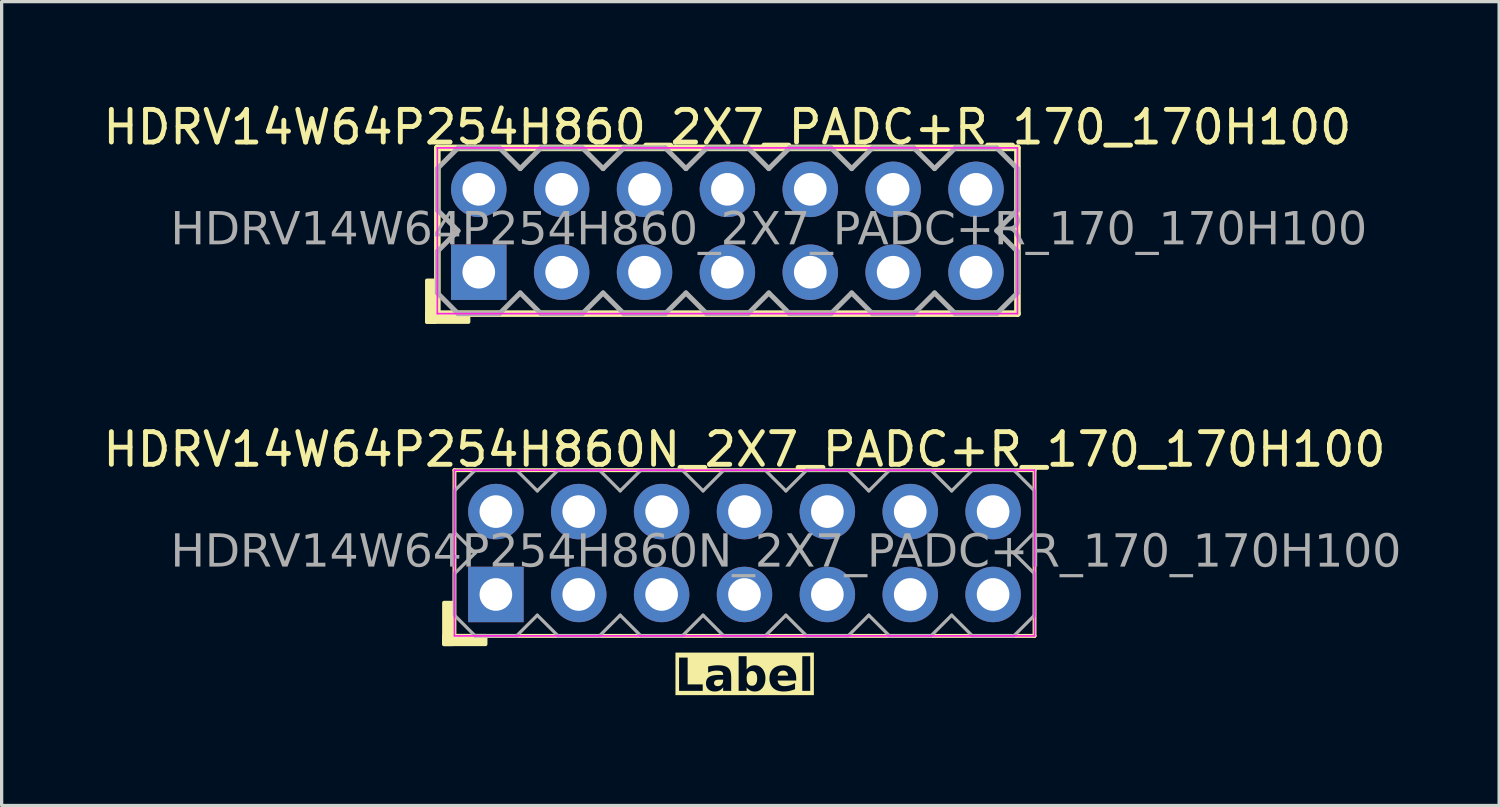
<source format=kicad_pcb>
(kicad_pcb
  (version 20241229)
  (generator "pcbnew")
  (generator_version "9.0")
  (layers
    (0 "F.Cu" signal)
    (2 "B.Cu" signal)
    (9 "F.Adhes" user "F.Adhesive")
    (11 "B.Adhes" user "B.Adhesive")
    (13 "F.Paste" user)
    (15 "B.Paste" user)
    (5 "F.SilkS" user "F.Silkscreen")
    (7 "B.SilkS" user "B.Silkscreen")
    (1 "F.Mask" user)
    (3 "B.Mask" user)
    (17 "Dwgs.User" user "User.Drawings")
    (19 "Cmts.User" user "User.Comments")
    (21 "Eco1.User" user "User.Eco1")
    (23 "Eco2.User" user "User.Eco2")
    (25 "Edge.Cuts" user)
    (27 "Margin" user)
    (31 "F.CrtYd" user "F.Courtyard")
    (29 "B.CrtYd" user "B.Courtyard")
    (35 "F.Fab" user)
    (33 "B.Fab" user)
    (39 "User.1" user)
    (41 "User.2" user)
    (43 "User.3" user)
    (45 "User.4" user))
  (footprint "HDRV14W64P254H860_2X7_PADC+R_170_170H100"
    (layer "F.Cu")
    (at 19.244 4.023)
    (property "Reference" "HDRV14W64P254H860_2X7_PADC+R_170_170H100" (at 0 -3.175 0) (layer "F.SilkS") (effects (font (size 1 1) (thickness 0.15))))
    (attr through_hole)
    (fp_line (start -8.89 2.54) (end -8.89 -2.54) (stroke (width 0.203) (type solid)) (layer "F.SilkS"))
    (fp_line (start 8.89 -2.54) (end -8.89 -2.54) (stroke (width 0.203) (type solid)) (layer "F.SilkS"))
    (fp_line (start 8.89 2.54) (end -8.89 2.54) (stroke (width 0.203) (type solid)) (layer "F.SilkS"))
    (fp_line (start 8.89 2.54) (end 8.89 -2.54) (stroke (width 0.203) (type solid)) (layer "F.SilkS"))
    (fp_rect (start -9.207 1.524) (end -8.954 2.794) (stroke (width 0.12) (type solid)) (fill yes) (layer "F.SilkS"))
    (fp_rect (start -9.207 2.54) (end -7.938 2.794) (stroke (width 0.12) (type solid)) (fill yes) (layer "F.SilkS"))
    (fp_line (start -8.89 2.54) (end -8.89 -2.54) (stroke (width 0.05) (type solid)) (layer "F.CrtYd"))
    (fp_line (start 8.89 -2.54) (end -8.89 -2.54) (stroke (width 0.05) (type solid)) (layer "F.CrtYd"))
    (fp_line (start 8.89 2.54) (end -8.89 2.54) (stroke (width 0.05) (type solid)) (layer "F.CrtYd"))
    (fp_line (start 8.89 2.54) (end 8.89 -2.54) (stroke (width 0.05) (type solid)) (layer "F.CrtYd"))
    (fp_line (start -8.89 -1.905) (end -8.89 -0.635) (stroke (width 0.152) (type solid)) (layer "F.Fab"))
    (fp_line (start -8.89 -1.905) (end -8.255 -2.54) (stroke (width 0.152) (type solid)) (layer "F.Fab"))
    (fp_line (start -8.89 0.635) (end -8.255 0) (stroke (width 0.152) (type solid)) (layer "F.Fab"))
    (fp_line (start -8.89 1.905) (end -8.89 0.635) (stroke (width 0.152) (type solid)) (layer "F.Fab"))
    (fp_line (start -8.255 -2.54) (end -6.985 -2.54) (stroke (width 0.152) (type solid)) (layer "F.Fab"))
    (fp_line (start -8.255 0) (end -8.89 -0.635) (stroke (width 0.152) (type solid)) (layer "F.Fab"))
    (fp_line (start -8.255 2.54) (end -8.89 1.905) (stroke (width 0.152) (type solid)) (layer "F.Fab"))
    (fp_line (start -6.985 -2.54) (end -6.35 -1.905) (stroke (width 0.152) (type solid)) (layer "F.Fab"))
    (fp_line (start -6.985 2.54) (end -8.255 2.54) (stroke (width 0.152) (type solid)) (layer "F.Fab"))
    (fp_line (start -6.35 -1.905) (end -5.715 -2.54) (stroke (width 0.152) (type solid)) (layer "F.Fab"))
    (fp_line (start -6.35 1.905) (end -6.985 2.54) (stroke (width 0.152) (type solid)) (layer "F.Fab"))
    (fp_line (start -5.715 -2.54) (end -4.445 -2.54) (stroke (width 0.152) (type solid)) (layer "F.Fab"))
    (fp_line (start -5.715 2.54) (end -6.35 1.905) (stroke (width 0.152) (type solid)) (layer "F.Fab"))
    (fp_line (start -4.445 -2.54) (end -3.81 -1.905) (stroke (width 0.152) (type solid)) (layer "F.Fab"))
    (fp_line (start -4.445 2.54) (end -5.715 2.54) (stroke (width 0.152) (type solid)) (layer "F.Fab"))
    (fp_line (start -3.81 -1.905) (end -3.175 -2.54) (stroke (width 0.152) (type solid)) (layer "F.Fab"))
    (fp_line (start -3.81 1.905) (end -4.445 2.54) (stroke (width 0.152) (type solid)) (layer "F.Fab"))
    (fp_line (start -3.175 -2.54) (end -1.905 -2.54) (stroke (width 0.152) (type solid)) (layer "F.Fab"))
    (fp_line (start -3.175 2.54) (end -3.81 1.905) (stroke (width 0.152) (type solid)) (layer "F.Fab"))
    (fp_line (start -1.905 -2.54) (end -1.27 -1.905) (stroke (width 0.152) (type solid)) (layer "F.Fab"))
    (fp_line (start -1.905 2.54) (end -3.175 2.54) (stroke (width 0.152) (type solid)) (layer "F.Fab"))
    (fp_line (start -1.27 -1.905) (end -0.635 -2.54) (stroke (width 0.152) (type solid)) (layer "F.Fab"))
    (fp_line (start -1.27 1.905) (end -1.905 2.54) (stroke (width 0.152) (type solid)) (layer "F.Fab"))
    (fp_line (start -0.635 -2.54) (end 0.635 -2.54) (stroke (width 0.152) (type solid)) (layer "F.Fab"))
    (fp_line (start -0.635 2.54) (end -1.27 1.905) (stroke (width 0.152) (type solid)) (layer "F.Fab"))
    (fp_line (start 0.635 -2.54) (end 1.27 -1.905) (stroke (width 0.152) (type solid)) (layer "F.Fab"))
    (fp_line (start 0.635 2.54) (end -0.635 2.54) (stroke (width 0.152) (type solid)) (layer "F.Fab"))
    (fp_line (start 1.27 -1.905) (end 1.905 -2.54) (stroke (width 0.152) (type solid)) (layer "F.Fab"))
    (fp_line (start 1.27 1.905) (end 0.635 2.54) (stroke (width 0.152) (type solid)) (layer "F.Fab"))
    (fp_line (start 1.905 -2.54) (end 3.175 -2.54) (stroke (width 0.152) (type solid)) (layer "F.Fab"))
    (fp_line (start 1.905 2.54) (end 1.27 1.905) (stroke (width 0.152) (type solid)) (layer "F.Fab"))
    (fp_line (start 3.175 -2.54) (end 3.81 -1.905) (stroke (width 0.152) (type solid)) (layer "F.Fab"))
    (fp_line (start 3.175 2.54) (end 1.905 2.54) (stroke (width 0.152) (type solid)) (layer "F.Fab"))
    (fp_line (start 3.81 -1.905) (end 4.445 -2.54) (stroke (width 0.152) (type solid)) (layer "F.Fab"))
    (fp_line (start 3.81 1.905) (end 3.175 2.54) (stroke (width 0.152) (type solid)) (layer "F.Fab"))
    (fp_line (start 4.445 -2.54) (end 5.715 -2.54) (stroke (width 0.152) (type solid)) (layer "F.Fab"))
    (fp_line (start 4.445 2.54) (end 3.81 1.905) (stroke (width 0.152) (type solid)) (layer "F.Fab"))
    (fp_line (start 5.715 -2.54) (end 6.35 -1.905) (stroke (width 0.152) (type solid)) (layer "F.Fab"))
    (fp_line (start 5.715 2.54) (end 4.445 2.54) (stroke (width 0.152) (type solid)) (layer "F.Fab"))
    (fp_line (start 6.35 -1.905) (end 6.985 -2.54) (stroke (width 0.152) (type solid)) (layer "F.Fab"))
    (fp_line (start 6.35 1.905) (end 5.715 2.54) (stroke (width 0.152) (type solid)) (layer "F.Fab"))
    (fp_line (start 6.985 -2.54) (end 8.255 -2.54) (stroke (width 0.152) (type solid)) (layer "F.Fab"))
    (fp_line (start 6.985 2.54) (end 6.35 1.905) (stroke (width 0.152) (type solid)) (layer "F.Fab"))
    (fp_line (start 8.255 -2.54) (end 8.89 -1.905) (stroke (width 0.152) (type solid)) (layer "F.Fab"))
    (fp_line (start 8.255 0) (end 8.89 0.635) (stroke (width 0.152) (type solid)) (layer "F.Fab"))
    (fp_line (start 8.255 2.54) (end 6.985 2.54) (stroke (width 0.152) (type solid)) (layer "F.Fab"))
    (fp_line (start 8.89 -1.905) (end 8.89 -0.635) (stroke (width 0.152) (type solid)) (layer "F.Fab"))
    (fp_line (start 8.89 -0.635) (end 8.255 0) (stroke (width 0.152) (type solid)) (layer "F.Fab"))
    (fp_line (start 8.89 0.635) (end 8.89 1.905) (stroke (width 0.152) (type solid)) (layer "F.Fab"))
    (fp_line (start 8.89 1.905) (end 8.255 2.54) (stroke (width 0.152) (type solid)) (layer "F.Fab"))
    (fp_rect (start -7.366 -1.524) (end -7.874 -1.016) (stroke (width 0.152) (type solid)) (fill no) (layer "F.Fab"))
    (fp_rect (start -7.366 1.016) (end -7.874 1.524) (stroke (width 0.152) (type solid)) (fill no) (layer "F.Fab"))
    (fp_rect (start -4.826 -1.524) (end -5.334 -1.016) (stroke (width 0.152) (type solid)) (fill no) (layer "F.Fab"))
    (fp_rect (start -4.826 1.016) (end -5.334 1.524) (stroke (width 0.152) (type solid)) (fill no) (layer "F.Fab"))
    (fp_rect (start -2.286 -1.524) (end -2.794 -1.016) (stroke (width 0.152) (type solid)) (fill no) (layer "F.Fab"))
    (fp_rect (start -2.286 1.016) (end -2.794 1.524) (stroke (width 0.152) (type solid)) (fill no) (layer "F.Fab"))
    (fp_rect (start 0.254 -1.524) (end -0.254 -1.016) (stroke (width 0.152) (type solid)) (fill no) (layer "F.Fab"))
    (fp_rect (start 0.254 1.016) (end -0.254 1.524) (stroke (width 0.152) (type solid)) (fill no) (layer "F.Fab"))
    (fp_rect (start 2.794 -1.524) (end 2.286 -1.016) (stroke (width 0.152) (type solid)) (fill no) (layer "F.Fab"))
    (fp_rect (start 2.794 1.016) (end 2.286 1.524) (stroke (width 0.152) (type solid)) (fill no) (layer "F.Fab"))
    (fp_rect (start 5.334 -1.524) (end 4.826 -1.016) (stroke (width 0.152) (type solid)) (fill no) (layer "F.Fab"))
    (fp_rect (start 5.334 1.016) (end 4.826 1.524) (stroke (width 0.152) (type solid)) (fill no) (layer "F.Fab"))
    (fp_rect (start 7.874 -1.524) (end 7.366 -1.016) (stroke (width 0.152) (type solid)) (fill no) (layer "F.Fab"))
    (fp_rect (start 7.874 1.016) (end 7.366 1.524) (stroke (width 0.152) (type solid)) (fill no) (layer "F.Fab"))
    (fp_text user "${REFERENCE}" (at 1.27 0 0) (layer "F.Fab") (effects (font (face "Tahoma") (size 1 1) (thickness 0.15))))
    (pad "1" thru_hole rect (at -7.62 1.27) (size 1.7 1.7) (drill 1) (layers "*.Cu" "*.Mask"))
    (pad "2" thru_hole circle (at -7.62 -1.27) (size 1.7 1.7) (drill 1) (layers "*.Cu" "*.Mask"))
    (pad "3" thru_hole circle (at -5.08 1.27) (size 1.7 1.7) (drill 1) (layers "*.Cu" "*.Mask"))
    (pad "4" thru_hole circle (at -5.08 -1.27) (size 1.7 1.7) (drill 1) (layers "*.Cu" "*.Mask"))
    (pad "5" thru_hole circle (at -2.54 1.27) (size 1.7 1.7) (drill 1) (layers "*.Cu" "*.Mask"))
    (pad "6" thru_hole circle (at -2.54 -1.27) (size 1.7 1.7) (drill 1) (layers "*.Cu" "*.Mask"))
    (pad "7" thru_hole circle (at 0 1.27) (size 1.7 1.7) (drill 1) (layers "*.Cu" "*.Mask"))
    (pad "8" thru_hole circle (at 0 -1.27) (size 1.7 1.7) (drill 1) (layers "*.Cu" "*.Mask"))
    (pad "9" thru_hole circle (at 2.54 1.27) (size 1.7 1.7) (drill 1) (layers "*.Cu" "*.Mask"))
    (pad "10" thru_hole circle (at 2.54 -1.27) (size 1.7 1.7) (drill 1) (layers "*.Cu" "*.Mask"))
    (pad "11" thru_hole circle (at 5.08 1.27) (size 1.7 1.7) (drill 1) (layers "*.Cu" "*.Mask"))
    (pad "12" thru_hole circle (at 5.08 -1.27) (size 1.7 1.7) (drill 1) (layers "*.Cu" "*.Mask"))
    (pad "13" thru_hole circle (at 7.62 1.27) (size 1.7 1.7) (drill 1) (layers "*.Cu" "*.Mask"))
    (pad "14" thru_hole circle (at 7.62 -1.27) (size 1.7 1.7) (drill 1) (layers "*.Cu" "*.Mask")))
  (footprint "HDRV14W64P254H860N_2X7_PADC+R_170_170H100"
    (layer "F.Cu")
    (at 19.768 13.9)
    (property "Reference" "HDRV14W64P254H860N_2X7_PADC+R_170_170H100" (at 0 -3.175 0) (layer "F.SilkS") (effects (font (size 1 1) (thickness 0.15))))
    (property "Label" "Label" (at 0 3.81 0) (layer "F.SilkS" knockout) (effects (font (face "Tahoma") (size 1 1) (thickness 0.2) (bold yes))))
    (attr through_hole)
    (fp_line (start -8.89 2.54) (end -8.89 -2.54) (stroke (width 0.12) (type solid)) (layer "F.SilkS"))
    (fp_line (start 8.89 -2.54) (end -8.89 -2.54) (stroke (width 0.12) (type solid)) (layer "F.SilkS"))
    (fp_line (start 8.89 2.54) (end -8.89 2.54) (stroke (width 0.12) (type solid)) (layer "F.SilkS"))
    (fp_line (start 8.89 2.54) (end 8.89 -2.54) (stroke (width 0.12) (type solid)) (layer "F.SilkS"))
    (fp_rect (start -9.207 1.524) (end -8.954 2.794) (stroke (width 0.12) (type solid)) (fill yes) (layer "F.SilkS"))
    (fp_rect (start -9.207 2.54) (end -7.938 2.794) (stroke (width 0.12) (type solid)) (fill yes) (layer "F.SilkS"))
    (fp_line (start -8.89 2.54) (end -8.89 -2.54) (stroke (width 0.05) (type solid)) (layer "F.CrtYd"))
    (fp_line (start 8.89 -2.54) (end -8.89 -2.54) (stroke (width 0.05) (type solid)) (layer "F.CrtYd"))
    (fp_line (start 8.89 2.54) (end -8.89 2.54) (stroke (width 0.05) (type solid)) (layer "F.CrtYd"))
    (fp_line (start 8.89 2.54) (end 8.89 -2.54) (stroke (width 0.05) (type solid)) (layer "F.CrtYd"))
    (fp_line (start -8.89 -1.905) (end -8.89 -0.635) (stroke (width 0.1) (type solid)) (layer "F.Fab"))
    (fp_line (start -8.89 -1.905) (end -8.255 -2.54) (stroke (width 0.1) (type solid)) (layer "F.Fab"))
    (fp_line (start -8.89 0.635) (end -8.255 0) (stroke (width 0.1) (type solid)) (layer "F.Fab"))
    (fp_line (start -8.89 1.905) (end -8.89 0.635) (stroke (width 0.1) (type solid)) (layer "F.Fab"))
    (fp_line (start -8.255 -2.54) (end -6.985 -2.54) (stroke (width 0.1) (type solid)) (layer "F.Fab"))
    (fp_line (start -8.255 0) (end -8.89 -0.635) (stroke (width 0.1) (type solid)) (layer "F.Fab"))
    (fp_line (start -8.255 2.54) (end -8.89 1.905) (stroke (width 0.1) (type solid)) (layer "F.Fab"))
    (fp_line (start -6.985 -2.54) (end -6.35 -1.905) (stroke (width 0.1) (type solid)) (layer "F.Fab"))
    (fp_line (start -6.985 2.54) (end -8.255 2.54) (stroke (width 0.1) (type solid)) (layer "F.Fab"))
    (fp_line (start -6.35 -1.905) (end -5.715 -2.54) (stroke (width 0.1) (type solid)) (layer "F.Fab"))
    (fp_line (start -6.35 1.905) (end -6.985 2.54) (stroke (width 0.1) (type solid)) (layer "F.Fab"))
    (fp_line (start -5.715 -2.54) (end -4.445 -2.54) (stroke (width 0.1) (type solid)) (layer "F.Fab"))
    (fp_line (start -5.715 2.54) (end -6.35 1.905) (stroke (width 0.1) (type solid)) (layer "F.Fab"))
    (fp_line (start -4.445 -2.54) (end -3.81 -1.905) (stroke (width 0.1) (type solid)) (layer "F.Fab"))
    (fp_line (start -4.445 2.54) (end -5.715 2.54) (stroke (width 0.1) (type solid)) (layer "F.Fab"))
    (fp_line (start -3.81 -1.905) (end -3.175 -2.54) (stroke (width 0.1) (type solid)) (layer "F.Fab"))
    (fp_line (start -3.81 1.905) (end -4.445 2.54) (stroke (width 0.1) (type solid)) (layer "F.Fab"))
    (fp_line (start -3.175 -2.54) (end -1.905 -2.54) (stroke (width 0.1) (type solid)) (layer "F.Fab"))
    (fp_line (start -3.175 2.54) (end -3.81 1.905) (stroke (width 0.1) (type solid)) (layer "F.Fab"))
    (fp_line (start -1.905 -2.54) (end -1.27 -1.905) (stroke (width 0.1) (type solid)) (layer "F.Fab"))
    (fp_line (start -1.905 2.54) (end -3.175 2.54) (stroke (width 0.1) (type solid)) (layer "F.Fab"))
    (fp_line (start -1.27 -1.905) (end -0.635 -2.54) (stroke (width 0.1) (type solid)) (layer "F.Fab"))
    (fp_line (start -1.27 1.905) (end -1.905 2.54) (stroke (width 0.1) (type solid)) (layer "F.Fab"))
    (fp_line (start -0.635 -2.54) (end 0.635 -2.54) (stroke (width 0.1) (type solid)) (layer "F.Fab"))
    (fp_line (start -0.635 2.54) (end -1.27 1.905) (stroke (width 0.1) (type solid)) (layer "F.Fab"))
    (fp_line (start 0.635 -2.54) (end 1.27 -1.905) (stroke (width 0.1) (type solid)) (layer "F.Fab"))
    (fp_line (start 0.635 2.54) (end -0.635 2.54) (stroke (width 0.1) (type solid)) (layer "F.Fab"))
    (fp_line (start 1.27 -1.905) (end 1.905 -2.54) (stroke (width 0.1) (type solid)) (layer "F.Fab"))
    (fp_line (start 1.27 1.905) (end 0.635 2.54) (stroke (width 0.1) (type solid)) (layer "F.Fab"))
    (fp_line (start 1.905 -2.54) (end 3.175 -2.54) (stroke (width 0.1) (type solid)) (layer "F.Fab"))
    (fp_line (start 1.905 2.54) (end 1.27 1.905) (stroke (width 0.1) (type solid)) (layer "F.Fab"))
    (fp_line (start 3.175 -2.54) (end 3.81 -1.905) (stroke (width 0.1) (type solid)) (layer "F.Fab"))
    (fp_line (start 3.175 2.54) (end 1.905 2.54) (stroke (width 0.1) (type solid)) (layer "F.Fab"))
    (fp_line (start 3.81 -1.905) (end 4.445 -2.54) (stroke (width 0.1) (type solid)) (layer "F.Fab"))
    (fp_line (start 3.81 1.905) (end 3.175 2.54) (stroke (width 0.1) (type solid)) (layer "F.Fab"))
    (fp_line (start 4.445 -2.54) (end 5.715 -2.54) (stroke (width 0.1) (type solid)) (layer "F.Fab"))
    (fp_line (start 4.445 2.54) (end 3.81 1.905) (stroke (width 0.1) (type solid)) (layer "F.Fab"))
    (fp_line (start 5.715 -2.54) (end 6.35 -1.905) (stroke (width 0.1) (type solid)) (layer "F.Fab"))
    (fp_line (start 5.715 2.54) (end 4.445 2.54) (stroke (width 0.1) (type solid)) (layer "F.Fab"))
    (fp_line (start 6.35 -1.905) (end 6.985 -2.54) (stroke (width 0.1) (type solid)) (layer "F.Fab"))
    (fp_line (start 6.35 1.905) (end 5.715 2.54) (stroke (width 0.1) (type solid)) (layer "F.Fab"))
    (fp_line (start 6.985 -2.54) (end 8.255 -2.54) (stroke (width 0.1) (type solid)) (layer "F.Fab"))
    (fp_line (start 6.985 2.54) (end 6.35 1.905) (stroke (width 0.1) (type solid)) (layer "F.Fab"))
    (fp_line (start 8.255 -2.54) (end 8.89 -1.905) (stroke (width 0.1) (type solid)) (layer "F.Fab"))
    (fp_line (start 8.255 0) (end 8.89 0.635) (stroke (width 0.1) (type solid)) (layer "F.Fab"))
    (fp_line (start 8.255 2.54) (end 6.985 2.54) (stroke (width 0.1) (type solid)) (layer "F.Fab"))
    (fp_line (start 8.89 -1.905) (end 8.89 -0.635) (stroke (width 0.1) (type solid)) (layer "F.Fab"))
    (fp_line (start 8.89 -0.635) (end 8.255 0) (stroke (width 0.1) (type solid)) (layer "F.Fab"))
    (fp_line (start 8.89 0.635) (end 8.89 1.905) (stroke (width 0.1) (type solid)) (layer "F.Fab"))
    (fp_line (start 8.89 1.905) (end 8.255 2.54) (stroke (width 0.1) (type solid)) (layer "F.Fab"))
    (fp_rect (start -7.366 -1.524) (end -7.874 -1.016) (stroke (width 0.1) (type solid)) (fill no) (layer "F.Fab"))
    (fp_rect (start -7.366 1.016) (end -7.874 1.524) (stroke (width 0.1) (type solid)) (fill no) (layer "F.Fab"))
    (fp_rect (start -4.826 -1.524) (end -5.334 -1.016) (stroke (width 0.1) (type solid)) (fill no) (layer "F.Fab"))
    (fp_rect (start -4.826 1.016) (end -5.334 1.524) (stroke (width 0.1) (type solid)) (fill no) (layer "F.Fab"))
    (fp_rect (start -2.286 -1.524) (end -2.794 -1.016) (stroke (width 0.1) (type solid)) (fill no) (layer "F.Fab"))
    (fp_rect (start -2.286 1.016) (end -2.794 1.524) (stroke (width 0.1) (type solid)) (fill no) (layer "F.Fab"))
    (fp_rect (start 0.254 -1.524) (end -0.254 -1.016) (stroke (width 0.1) (type solid)) (fill no) (layer "F.Fab"))
    (fp_rect (start 0.254 1.016) (end -0.254 1.524) (stroke (width 0.1) (type solid)) (fill no) (layer "F.Fab"))
    (fp_rect (start 2.794 -1.524) (end 2.286 -1.016) (stroke (width 0.1) (type solid)) (fill no) (layer "F.Fab"))
    (fp_rect (start 2.794 1.016) (end 2.286 1.524) (stroke (width 0.1) (type solid)) (fill no) (layer "F.Fab"))
    (fp_rect (start 5.334 -1.524) (end 4.826 -1.016) (stroke (width 0.1) (type solid)) (fill no) (layer "F.Fab"))
    (fp_rect (start 5.334 1.016) (end 4.826 1.524) (stroke (width 0.1) (type solid)) (fill no) (layer "F.Fab"))
    (fp_rect (start 7.874 -1.524) (end 7.366 -1.016) (stroke (width 0.1) (type solid)) (fill no) (layer "F.Fab"))
    (fp_rect (start 7.874 1.016) (end 7.366 1.524) (stroke (width 0.1) (type solid)) (fill no) (layer "F.Fab"))
    (fp_text user "${REFERENCE}" (at 1.27 0 0) (layer "F.Fab") (effects (font (face "Tahoma") (size 1 1) (thickness 0.15))))
    (pad "1" thru_hole rect (at -7.62 1.27) (size 1.7 1.7) (drill 1) (layers "*.Cu" "*.Mask"))
    (pad "2" thru_hole circle (at -7.62 -1.27) (size 1.7 1.7) (drill 1) (layers "*.Cu" "*.Mask"))
    (pad "3" thru_hole circle (at -5.08 1.27) (size 1.7 1.7) (drill 1) (layers "*.Cu" "*.Mask"))
    (pad "4" thru_hole circle (at -5.08 -1.27) (size 1.7 1.7) (drill 1) (layers "*.Cu" "*.Mask"))
    (pad "5" thru_hole circle (at -2.54 1.27) (size 1.7 1.7) (drill 1) (layers "*.Cu" "*.Mask"))
    (pad "6" thru_hole circle (at -2.54 -1.27) (size 1.7 1.7) (drill 1) (layers "*.Cu" "*.Mask"))
    (pad "7" thru_hole circle (at 0 1.27) (size 1.7 1.7) (drill 1) (layers "*.Cu" "*.Mask"))
    (pad "8" thru_hole circle (at 0 -1.27) (size 1.7 1.7) (drill 1) (layers "*.Cu" "*.Mask"))
    (pad "9" thru_hole circle (at 2.54 1.27) (size 1.7 1.7) (drill 1) (layers "*.Cu" "*.Mask"))
    (pad "10" thru_hole circle (at 2.54 -1.27) (size 1.7 1.7) (drill 1) (layers "*.Cu" "*.Mask"))
    (pad "11" thru_hole circle (at 5.08 1.27) (size 1.7 1.7) (drill 1) (layers "*.Cu" "*.Mask"))
    (pad "12" thru_hole circle (at 5.08 -1.27) (size 1.7 1.7) (drill 1) (layers "*.Cu" "*.Mask"))
    (pad "13" thru_hole circle (at 7.62 1.27) (size 1.7 1.7) (drill 1) (layers "*.Cu" "*.Mask"))
    (pad "14" thru_hole circle (at 7.62 -1.27) (size 1.7 1.7) (drill 1) (layers "*.Cu" "*.Mask")))
  (gr_rect
    (start -3 -3)
    (end 42.897 21.638)
    (stroke (width 0.1) (type default))
    (fill no)
    (layer "Edge.Cuts")))
</source>
